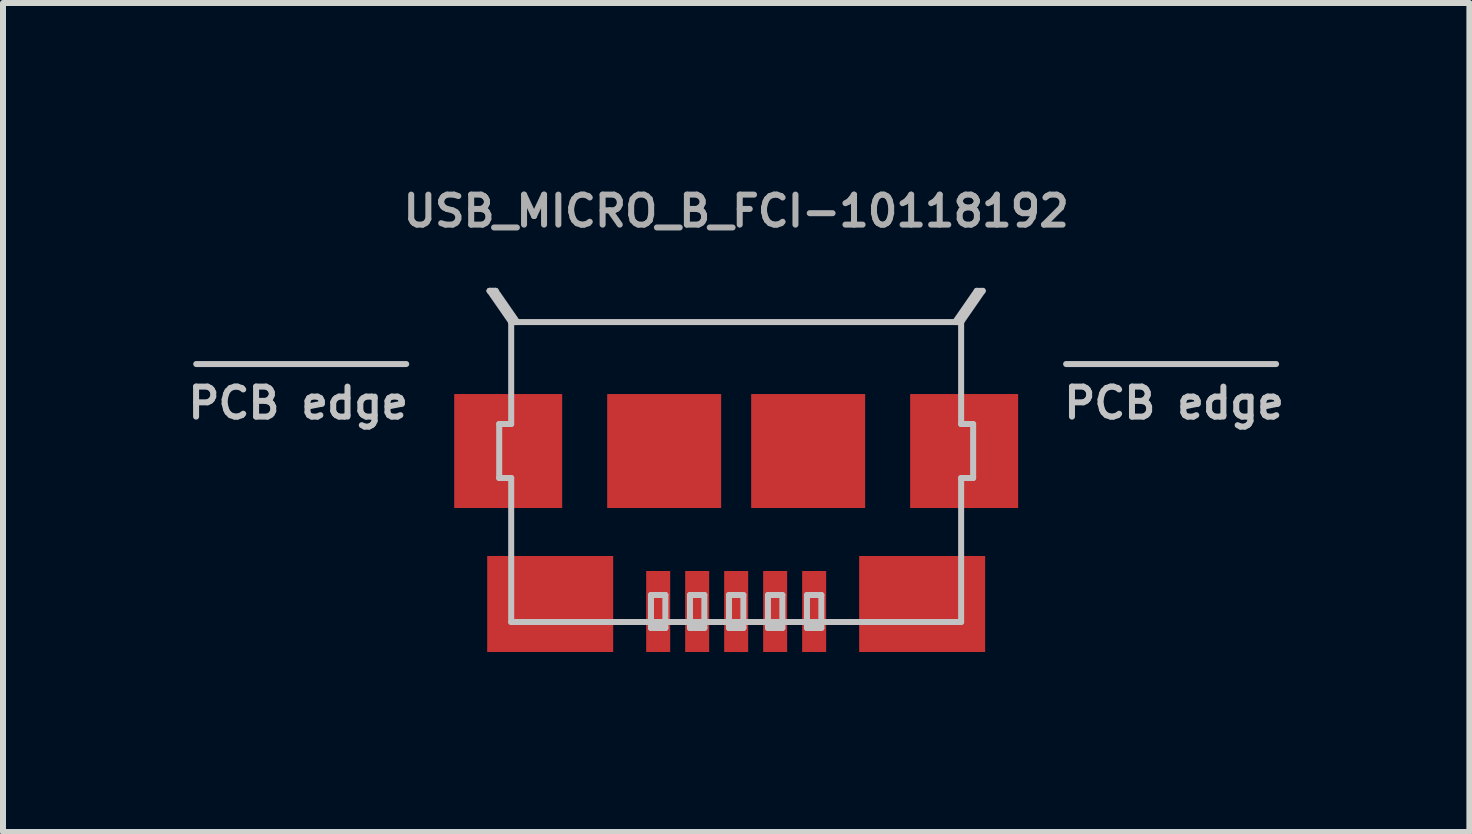
<source format=kicad_pcb>
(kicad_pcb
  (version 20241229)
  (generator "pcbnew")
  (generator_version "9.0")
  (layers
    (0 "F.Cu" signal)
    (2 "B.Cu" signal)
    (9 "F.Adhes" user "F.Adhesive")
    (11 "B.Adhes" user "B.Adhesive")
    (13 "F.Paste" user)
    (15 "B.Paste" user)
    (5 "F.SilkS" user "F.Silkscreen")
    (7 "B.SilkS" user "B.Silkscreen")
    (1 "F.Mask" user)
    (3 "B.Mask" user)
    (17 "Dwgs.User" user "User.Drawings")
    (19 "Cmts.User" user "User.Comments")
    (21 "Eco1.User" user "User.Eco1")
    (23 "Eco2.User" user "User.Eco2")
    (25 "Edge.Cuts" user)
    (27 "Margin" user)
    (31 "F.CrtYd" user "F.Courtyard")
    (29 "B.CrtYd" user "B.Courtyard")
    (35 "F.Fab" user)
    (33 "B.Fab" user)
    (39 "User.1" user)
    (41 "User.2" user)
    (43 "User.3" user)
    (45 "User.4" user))
  (footprint "USB_MICRO_B_FCI-10118192"
    (layer "F.Cu")
    (at 9.221 4.468)
    (property "Reference" "USB_MICRO_B_FCI-10118192" (at 0 -4 0) (layer "F.Fab") (effects (font (size 0.5 0.5) (thickness 0.1))))
    (attr smd)
    (fp_line (start -5.5 -1.45) (end -9 -1.45) (stroke (width 0.1) (type solid)) (layer "Dwgs.User"))
    (fp_line (start -4.01 -2.67) (end -4.11 -2.67) (stroke (width 0.1) (type solid)) (layer "Dwgs.User"))
    (fp_line (start -4.01 -2.67) (end -4.11 -2.67) (stroke (width 0.1) (type solid)) (layer "Dwgs.User"))
    (fp_line (start -3.95 0.45) (end -3.95 -0.45) (stroke (width 0.1) (type solid)) (layer "Dwgs.User"))
    (fp_line (start -3.75 -2.15) (end -4.11 -2.67) (stroke (width 0.1) (type solid)) (layer "Dwgs.User"))
    (fp_line (start -3.75 -0.45) (end -3.95 -0.45) (stroke (width 0.1) (type solid)) (layer "Dwgs.User"))
    (fp_line (start -3.75 -0.45) (end -3.75 -2.15) (stroke (width 0.1) (type solid)) (layer "Dwgs.User"))
    (fp_line (start -3.75 0.45) (end -3.95 0.45) (stroke (width 0.1) (type solid)) (layer "Dwgs.User"))
    (fp_line (start -3.75 0.45) (end -3.75 2.85) (stroke (width 0.1) (type solid)) (layer "Dwgs.User"))
    (fp_line (start -3.75 2.85) (end 3.75 2.85) (stroke (width 0.1) (type solid)) (layer "Dwgs.User"))
    (fp_line (start -3.65 -2.15) (end -4.01 -2.67) (stroke (width 0.1) (type solid)) (layer "Dwgs.User"))
    (fp_line (start -3.65 -2.15) (end -3.75 -2.15) (stroke (width 0.1) (type solid)) (layer "Dwgs.User"))
    (fp_line (start -1.42 2.95) (end -1.42 2.4) (stroke (width 0.1) (type solid)) (layer "Dwgs.User"))
    (fp_line (start -1.18 2.4) (end -1.42 2.4) (stroke (width 0.1) (type solid)) (layer "Dwgs.User"))
    (fp_line (start -1.18 2.95) (end -1.42 2.95) (stroke (width 0.1) (type solid)) (layer "Dwgs.User"))
    (fp_line (start -1.18 2.95) (end -1.18 2.4) (stroke (width 0.1) (type solid)) (layer "Dwgs.User"))
    (fp_line (start -0.77 2.95) (end -0.77 2.4) (stroke (width 0.1) (type solid)) (layer "Dwgs.User"))
    (fp_line (start -0.53 2.4) (end -0.77 2.4) (stroke (width 0.1) (type solid)) (layer "Dwgs.User"))
    (fp_line (start -0.53 2.95) (end -0.77 2.95) (stroke (width 0.1) (type solid)) (layer "Dwgs.User"))
    (fp_line (start -0.53 2.95) (end -0.53 2.4) (stroke (width 0.1) (type solid)) (layer "Dwgs.User"))
    (fp_line (start -0.12 2.95) (end -0.12 2.4) (stroke (width 0.1) (type solid)) (layer "Dwgs.User"))
    (fp_line (start 0.12 2.4) (end -0.12 2.4) (stroke (width 0.1) (type solid)) (layer "Dwgs.User"))
    (fp_line (start 0.12 2.95) (end -0.12 2.95) (stroke (width 0.1) (type solid)) (layer "Dwgs.User"))
    (fp_line (start 0.12 2.95) (end 0.12 2.4) (stroke (width 0.1) (type solid)) (layer "Dwgs.User"))
    (fp_line (start 0.53 2.95) (end 0.53 2.4) (stroke (width 0.1) (type solid)) (layer "Dwgs.User"))
    (fp_line (start 0.77 2.4) (end 0.53 2.4) (stroke (width 0.1) (type solid)) (layer "Dwgs.User"))
    (fp_line (start 0.77 2.95) (end 0.53 2.95) (stroke (width 0.1) (type solid)) (layer "Dwgs.User"))
    (fp_line (start 0.77 2.95) (end 0.77 2.4) (stroke (width 0.1) (type solid)) (layer "Dwgs.User"))
    (fp_line (start 1.18 2.95) (end 1.18 2.4) (stroke (width 0.1) (type solid)) (layer "Dwgs.User"))
    (fp_line (start 1.42 2.4) (end 1.18 2.4) (stroke (width 0.1) (type solid)) (layer "Dwgs.User"))
    (fp_line (start 1.42 2.95) (end 1.18 2.95) (stroke (width 0.1) (type solid)) (layer "Dwgs.User"))
    (fp_line (start 1.42 2.95) (end 1.42 2.4) (stroke (width 0.1) (type solid)) (layer "Dwgs.User"))
    (fp_line (start 3.65 -2.15) (end 4.01 -2.67) (stroke (width 0.1) (type solid)) (layer "Dwgs.User"))
    (fp_line (start 3.75 -2.15) (end -3.75 -2.15) (stroke (width 0.1) (type solid)) (layer "Dwgs.User"))
    (fp_line (start 3.75 -2.15) (end 3.65 -2.15) (stroke (width 0.1) (type solid)) (layer "Dwgs.User"))
    (fp_line (start 3.75 -2.15) (end 4.11 -2.67) (stroke (width 0.1) (type solid)) (layer "Dwgs.User"))
    (fp_line (start 3.75 -0.45) (end 3.75 -2.15) (stroke (width 0.1) (type solid)) (layer "Dwgs.User"))
    (fp_line (start 3.75 0.45) (end 3.75 2.85) (stroke (width 0.1) (type solid)) (layer "Dwgs.User"))
    (fp_line (start 3.95 -0.45) (end 3.75 -0.45) (stroke (width 0.1) (type solid)) (layer "Dwgs.User"))
    (fp_line (start 3.95 0.45) (end 3.75 0.45) (stroke (width 0.1) (type solid)) (layer "Dwgs.User"))
    (fp_line (start 3.95 0.45) (end 3.95 -0.45) (stroke (width 0.1) (type solid)) (layer "Dwgs.User"))
    (fp_line (start 4.01 -2.67) (end 4.11 -2.67) (stroke (width 0.1) (type solid)) (layer "Dwgs.User"))
    (fp_line (start 9 -1.45) (end 5.5 -1.45) (stroke (width 0.1) (type solid)) (layer "Dwgs.User"))
    (fp_text user "PCB edge" (at -7.3 -0.8 0) (layer "Dwgs.User") (effects (font (size 0.5 0.5) (thickness 0.1))))
    (fp_text user "PCB edge" (at 7.3 -0.8 0) (layer "Dwgs.User") (effects (font (size 0.5 0.5) (thickness 0.1))))
    (pad "1" smd rect (at 1.3 2.675) (size 0.4 1.35) (layers "F.Cu" "F.Mask" "F.Paste"))
    (pad "2" smd rect (at 0.65 2.675) (size 0.4 1.35) (layers "F.Cu" "F.Mask" "F.Paste"))
    (pad "3" smd rect (at 0 2.675) (size 0.4 1.35) (layers "F.Cu" "F.Mask" "F.Paste"))
    (pad "4" smd rect (at -0.65 2.675) (size 0.4 1.35) (layers "F.Cu" "F.Mask" "F.Paste"))
    (pad "5" smd rect (at -1.3 2.675) (size 0.4 1.35) (layers "F.Cu" "F.Mask" "F.Paste"))
    (pad "~" smd rect (at -3.8 0) (size 1.8 1.9) (layers "F.Cu" "F.Mask" "F.Paste"))
    (pad "~" smd rect (at -3.1 2.55) (size 2.1 1.6) (layers "F.Cu" "F.Mask" "F.Paste"))
    (pad "~" smd rect (at -1.2 0) (size 1.9 1.9) (layers "F.Cu" "F.Mask" "F.Paste"))
    (pad "~" smd rect (at 1.2 0) (size 1.9 1.9) (layers "F.Cu" "F.Mask" "F.Paste"))
    (pad "~" smd rect (at 3.1 2.55) (size 2.1 1.6) (layers "F.Cu" "F.Mask" "F.Paste"))
    (pad "~" smd rect (at 3.8 0) (size 1.8 1.9) (layers "F.Cu" "F.Mask" "F.Paste")))
  (gr_rect
    (start -3 -3)
    (end 21.443 10.818)
    (stroke (width 0.1) (type default))
    (fill no)
    (layer "Edge.Cuts")))
</source>
